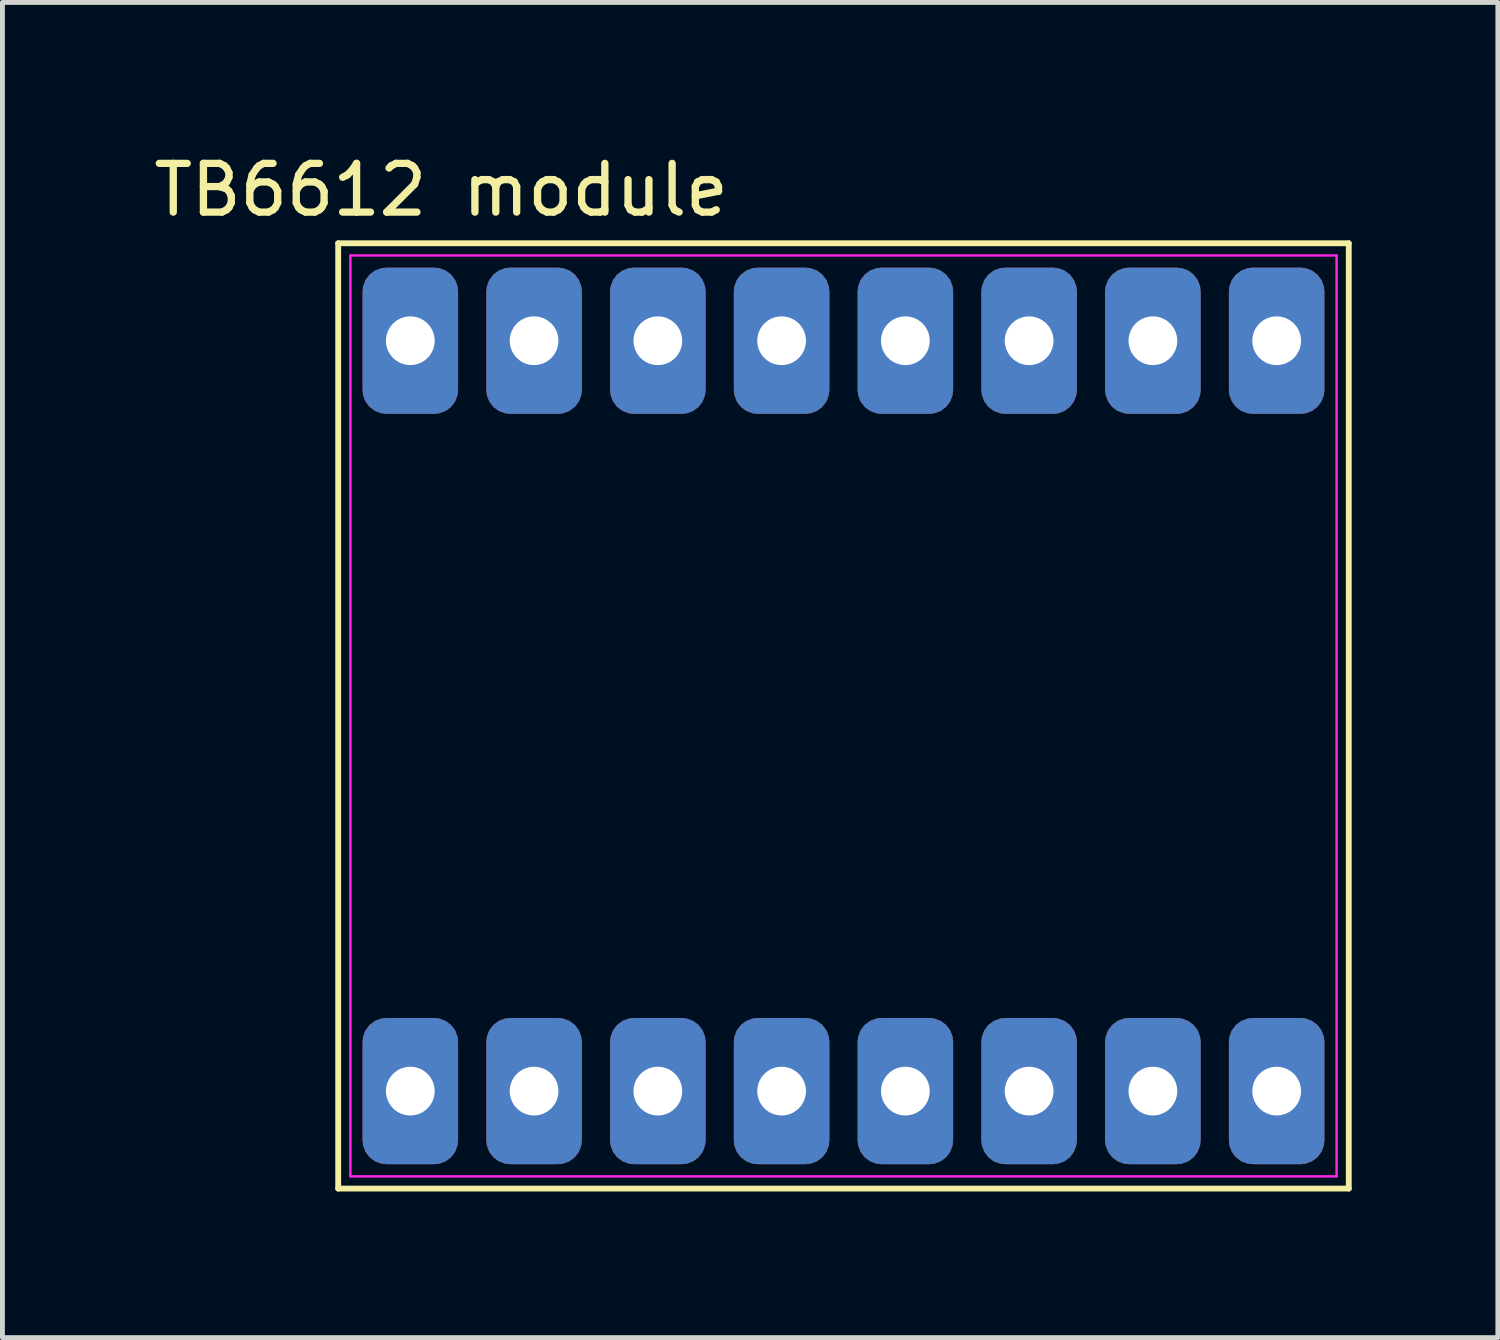
<source format=kicad_pcb>
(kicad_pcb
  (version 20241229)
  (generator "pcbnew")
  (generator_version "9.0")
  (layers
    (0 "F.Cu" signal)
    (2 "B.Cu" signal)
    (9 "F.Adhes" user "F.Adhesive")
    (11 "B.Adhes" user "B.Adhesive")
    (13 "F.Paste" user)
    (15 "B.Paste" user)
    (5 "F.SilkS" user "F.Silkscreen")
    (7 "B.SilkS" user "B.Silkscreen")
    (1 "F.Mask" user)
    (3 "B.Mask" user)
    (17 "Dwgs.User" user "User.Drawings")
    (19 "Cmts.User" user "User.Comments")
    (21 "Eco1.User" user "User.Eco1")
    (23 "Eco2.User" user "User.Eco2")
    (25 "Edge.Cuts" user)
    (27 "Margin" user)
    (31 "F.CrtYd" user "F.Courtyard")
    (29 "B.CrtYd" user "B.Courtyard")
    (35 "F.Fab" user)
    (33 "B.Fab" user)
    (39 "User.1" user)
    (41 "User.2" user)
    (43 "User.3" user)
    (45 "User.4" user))
  (footprint "TB6612 module"
    (layer "F.Cu")
    (at 14.261 11.643)
    (property "Reference" "TB6612 module" (at -8.255 -10.795 180) (layer "F.SilkS") (effects (font (size 1 1) (thickness 0.15))))
    (fp_line (start -10.37 -9.7) (end -10.37 9.7) (stroke (width 0.12) (type solid)) (layer "F.SilkS"))
    (fp_line (start -10.37 9.7) (end 10.37 9.7) (stroke (width 0.12) (type solid)) (layer "F.SilkS"))
    (fp_line (start 10.37 -9.7) (end -10.37 -9.7) (stroke (width 0.12) (type solid)) (layer "F.SilkS"))
    (fp_line (start 10.37 9.7) (end 10.37 -9.7) (stroke (width 0.12) (type solid)) (layer "F.SilkS"))
    (fp_line (start -10.12 -9.45) (end 10.12 -9.45) (stroke (width 0.05) (type solid)) (layer "F.CrtYd"))
    (fp_line (start -10.12 9.45) (end -10.12 -9.45) (stroke (width 0.05) (type solid)) (layer "F.CrtYd"))
    (fp_line (start 10.12 -9.45) (end 10.12 9.45) (stroke (width 0.05) (type solid)) (layer "F.CrtYd"))
    (fp_line (start 10.12 9.45) (end -10.12 9.45) (stroke (width 0.05) (type solid)) (layer "F.CrtYd"))
    (pad "1" thru_hole roundrect (at -8.89 7.7) (size 1.96 3) (drill 1) (layers "*.Cu" "*.Mask") (roundrect_rratio 0.25))
    (pad "2" thru_hole roundrect (at -6.35 7.7) (size 1.96 3) (drill 1) (layers "*.Cu" "*.Mask") (roundrect_rratio 0.25))
    (pad "3" thru_hole roundrect (at -3.81 7.7) (size 1.96 3) (drill 1) (layers "*.Cu" "*.Mask") (roundrect_rratio 0.25))
    (pad "4" thru_hole roundrect (at -1.27 7.7) (size 1.96 3) (drill 1) (layers "*.Cu" "*.Mask") (roundrect_rratio 0.25))
    (pad "5" thru_hole roundrect (at 1.27 7.7) (size 1.96 3) (drill 1) (layers "*.Cu" "*.Mask") (roundrect_rratio 0.25))
    (pad "6" thru_hole roundrect (at 3.81 7.7) (size 1.96 3) (drill 1) (layers "*.Cu" "*.Mask") (roundrect_rratio 0.25))
    (pad "7" thru_hole roundrect (at 6.35 7.7) (size 1.96 3) (drill 1) (layers "*.Cu" "*.Mask") (roundrect_rratio 0.25))
    (pad "8" thru_hole roundrect (at 8.89 7.7) (size 1.96 3) (drill 1) (layers "*.Cu" "*.Mask") (roundrect_rratio 0.25))
    (pad "9" thru_hole roundrect (at 8.89 -7.7) (size 1.96 3) (drill 1) (layers "*.Cu" "*.Mask") (roundrect_rratio 0.25))
    (pad "10" thru_hole roundrect (at 6.35 -7.7) (size 1.96 3) (drill 1) (layers "*.Cu" "*.Mask") (roundrect_rratio 0.25))
    (pad "11" thru_hole roundrect (at 3.81 -7.7) (size 1.96 3) (drill 1) (layers "*.Cu" "*.Mask") (roundrect_rratio 0.25))
    (pad "12" thru_hole roundrect (at 1.27 -7.7) (size 1.96 3) (drill 1) (layers "*.Cu" "*.Mask") (roundrect_rratio 0.25))
    (pad "13" thru_hole roundrect (at -1.27 -7.7) (size 1.96 3) (drill 1) (layers "*.Cu" "*.Mask") (roundrect_rratio 0.25))
    (pad "14" thru_hole roundrect (at -3.81 -7.7) (size 1.96 3) (drill 1) (layers "*.Cu" "*.Mask") (roundrect_rratio 0.25))
    (pad "15" thru_hole roundrect (at -6.35 -7.7) (size 1.96 3) (drill 1) (layers "*.Cu" "*.Mask") (roundrect_rratio 0.25))
    (pad "16" thru_hole roundrect (at -8.89 -7.7) (size 1.96 3) (drill 1) (layers "*.Cu" "*.Mask") (roundrect_rratio 0.25)))
  (gr_rect
    (start -3 -3)
    (end 27.691 24.403)
    (stroke (width 0.1) (type default))
    (fill no)
    (layer "Edge.Cuts")))
</source>
